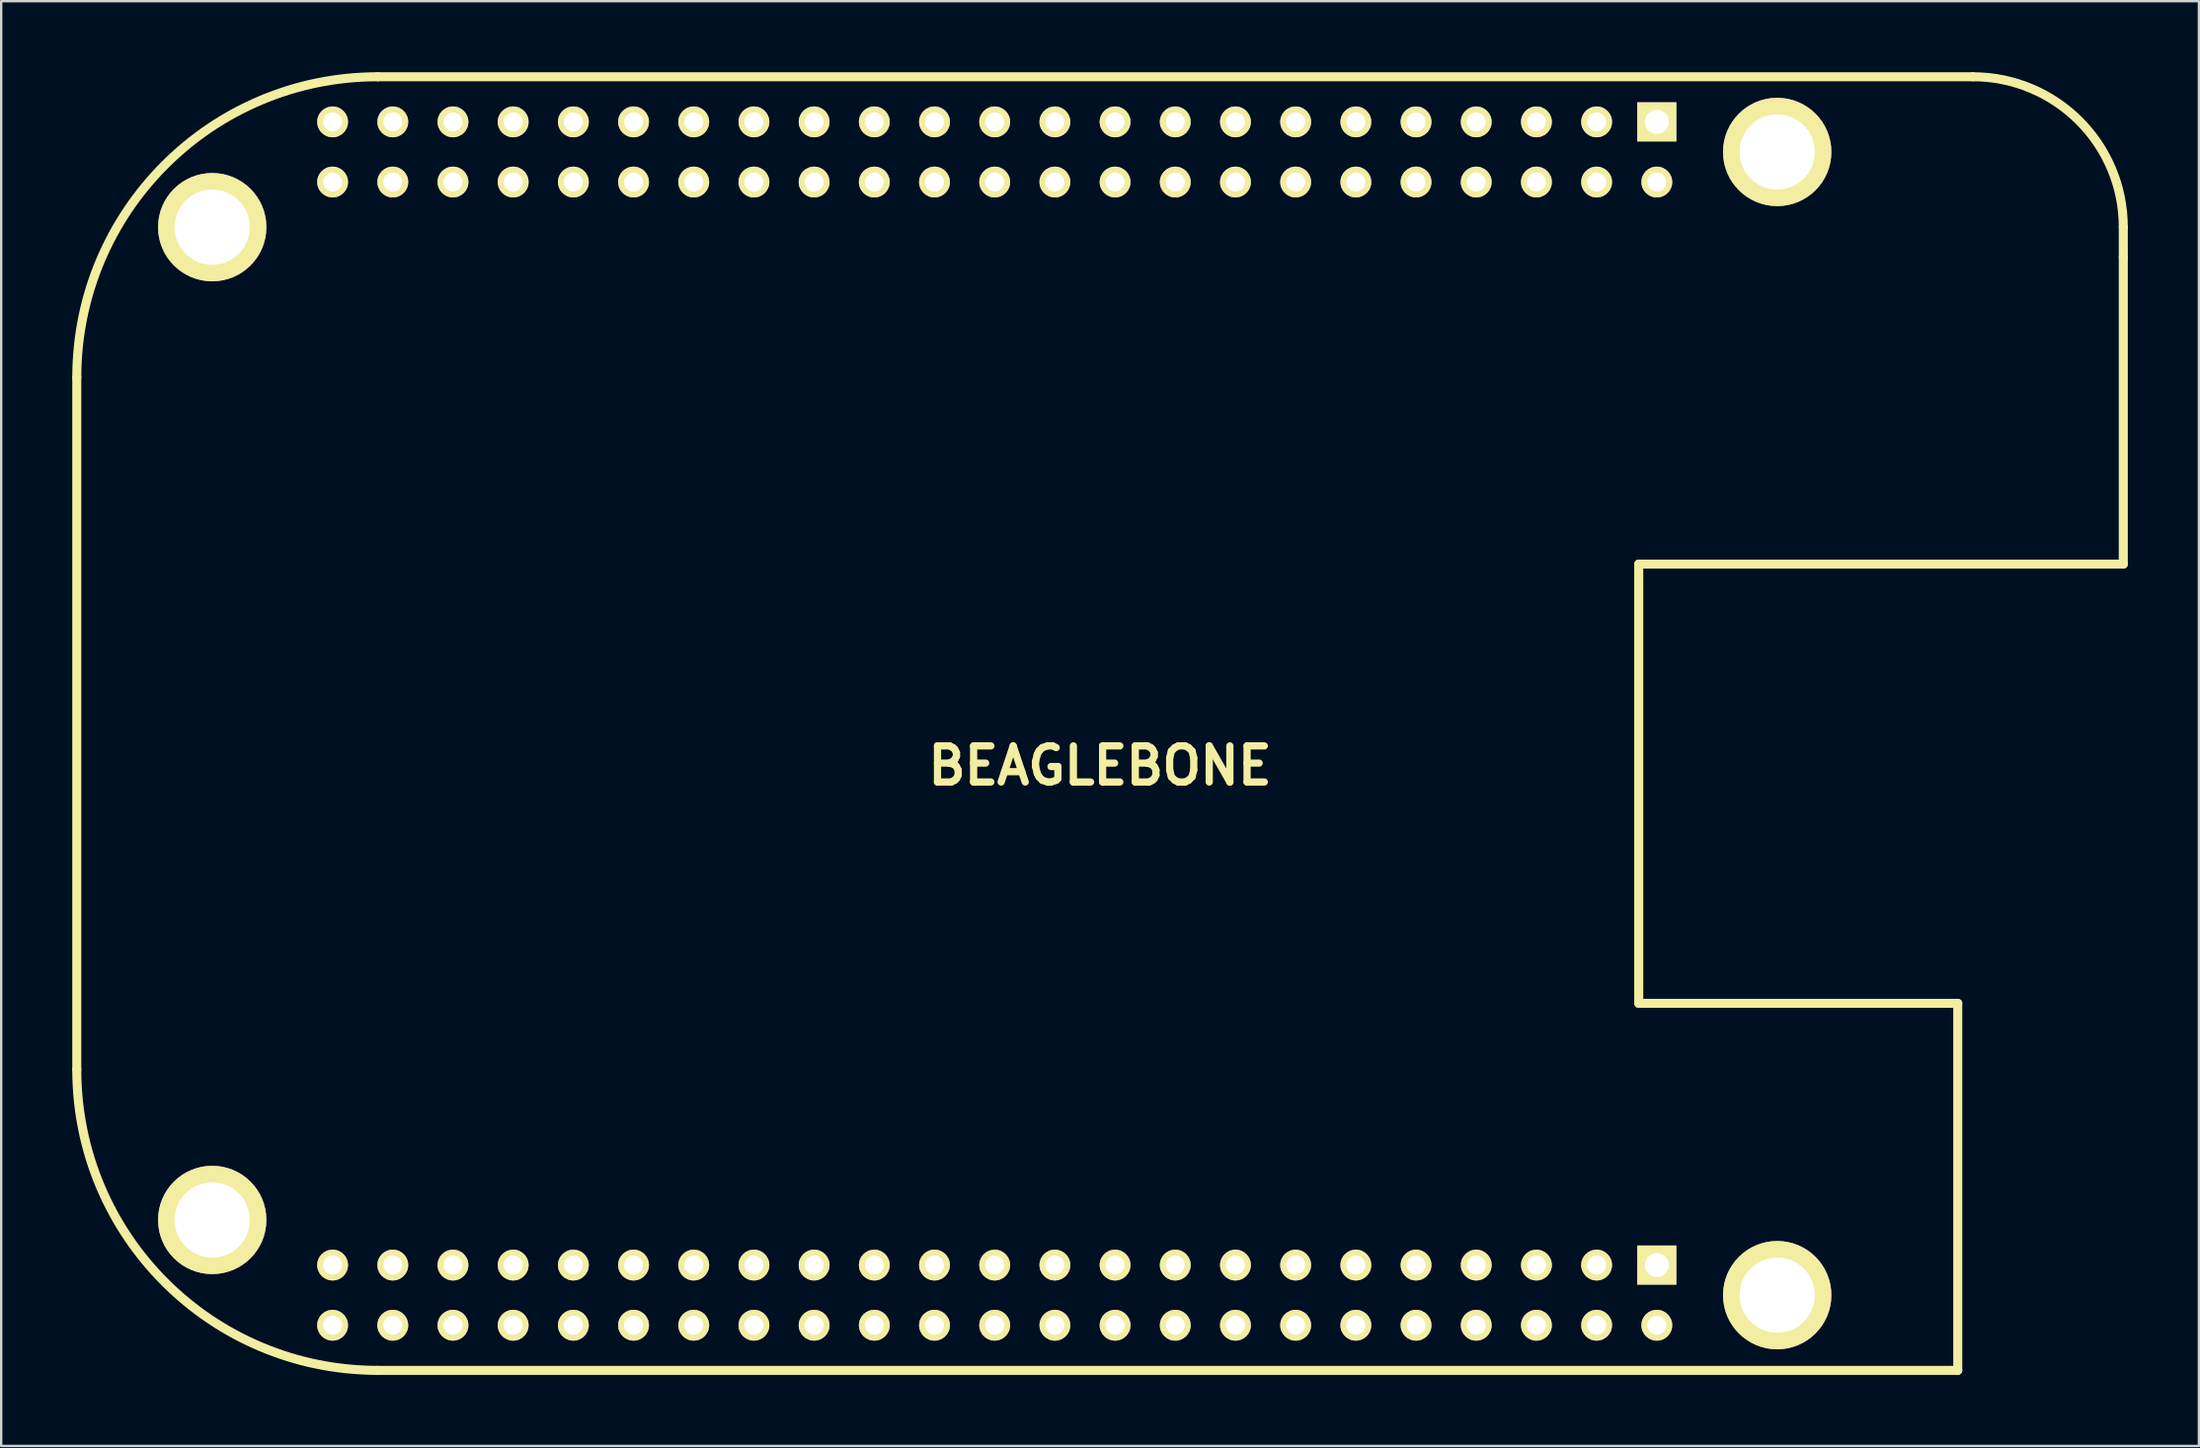
<source format=kicad_pcb>
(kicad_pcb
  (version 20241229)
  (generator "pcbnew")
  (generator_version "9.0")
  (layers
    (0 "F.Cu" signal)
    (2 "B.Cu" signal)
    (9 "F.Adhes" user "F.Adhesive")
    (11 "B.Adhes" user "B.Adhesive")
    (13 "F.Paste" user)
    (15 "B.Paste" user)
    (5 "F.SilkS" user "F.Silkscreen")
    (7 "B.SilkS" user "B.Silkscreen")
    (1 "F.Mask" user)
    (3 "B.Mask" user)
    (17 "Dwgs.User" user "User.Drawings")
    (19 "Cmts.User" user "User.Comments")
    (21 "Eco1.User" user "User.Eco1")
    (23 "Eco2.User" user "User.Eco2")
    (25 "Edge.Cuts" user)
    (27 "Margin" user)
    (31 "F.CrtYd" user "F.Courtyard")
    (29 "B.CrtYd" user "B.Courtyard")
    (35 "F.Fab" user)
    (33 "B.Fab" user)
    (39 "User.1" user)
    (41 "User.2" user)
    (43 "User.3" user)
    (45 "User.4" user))
  (footprint "BEAGLEBONE"
    (layer "F.Cu")
    (at 43.37 27.495)
    (property "Reference" "BEAGLEBONE" (at 0 1.778 0) (layer "F.SilkS") (effects (font (size 1.524 1.524) (thickness 0.305))))
    (attr through_hole)
    (fp_line (start -43.18 -14.605) (end -43.18 14.605) (stroke (width 0.381) (type solid)) (layer "F.SilkS"))
    (fp_line (start -30.48 -27.305) (end 36.83 -27.305) (stroke (width 0.381) (type solid)) (layer "F.SilkS"))
    (fp_line (start -30.48 27.305) (end 36.195 27.305) (stroke (width 0.381) (type solid)) (layer "F.SilkS"))
    (fp_line (start 22.733 -6.731) (end 22.733 11.811) (stroke (width 0.381) (type solid)) (layer "F.SilkS"))
    (fp_line (start 36.195 11.811) (end 22.733 11.811) (stroke (width 0.381) (type solid)) (layer "F.SilkS"))
    (fp_line (start 36.195 27.305) (end 36.195 11.811) (stroke (width 0.381) (type solid)) (layer "F.SilkS"))
    (fp_line (start 43.18 -20.955) (end 43.18 -19.685) (stroke (width 0.381) (type solid)) (layer "F.SilkS"))
    (fp_line (start 43.18 -6.731) (end 22.733 -6.731) (stroke (width 0.381) (type solid)) (layer "F.SilkS"))
    (fp_line (start 43.18 -6.731) (end 43.18 -19.685) (stroke (width 0.381) (type solid)) (layer "F.SilkS"))
    (fp_arc (start -43.18 -14.605) (mid -39.460256 -23.585256) (end -30.48 -27.305) (stroke (width 0.381) (type solid)) (layer "F.SilkS"))
    (fp_arc (start -30.48 27.305) (mid -39.460256 23.585256) (end -43.18 14.605) (stroke (width 0.381) (type solid)) (layer "F.SilkS"))
    (fp_arc (start 36.83 -27.305) (mid 41.320128 -25.445128) (end 43.18 -20.955) (stroke (width 0.381) (type solid)) (layer "F.SilkS"))
    (pad "" smd circle (at 26.035 -10.795) (size 1.3 1.3) (layers "Eco2.User"))
    (pad "" smd circle (at 26.035 -8.255) (size 1.3 1.3) (layers "Eco2.User"))
    (pad "" smd circle (at 28.575 -10.795) (size 1.3 1.3) (layers "Eco2.User"))
    (pad "" smd circle (at 28.575 -8.255) (size 1.3 1.3) (layers "Eco2.User"))
    (pad "" smd circle (at 31.115 -10.795) (size 1.3 1.3) (layers "Eco2.User"))
    (pad "" smd circle (at 31.115 -8.255) (size 1.3 1.3) (layers "Eco2.User"))
    (pad "" smd circle (at 33.655 -10.795) (size 1.3 1.3) (layers "Eco2.User"))
    (pad "" smd circle (at 33.655 -8.255) (size 1.3 1.3) (layers "Eco2.User"))
    (pad "" smd rect (at 36.195 -10.795) (size 1.651 1.651) (layers "Eco2.User"))
    (pad "" smd circle (at 36.195 -8.255) (size 1.3 1.3) (layers "Eco2.User"))
    (pad "B1" thru_hole rect (at 23.495 22.86) (size 1.651 1.651) (drill 1.016) (layers "*.Cu" "*.Mask" "F.SilkS"))
    (pad "B2" thru_hole circle (at 23.495 25.4) (size 1.3 1.3) (drill 0.8) (layers "*.Cu" "*.Mask" "F.SilkS"))
    (pad "B3" thru_hole circle (at 20.955 22.86) (size 1.3 1.3) (drill 0.8) (layers "*.Cu" "*.Mask" "F.SilkS"))
    (pad "B4" thru_hole circle (at 20.955 25.4) (size 1.3 1.3) (drill 0.8) (layers "*.Cu" "*.Mask" "F.SilkS"))
    (pad "B5" thru_hole circle (at 18.415 22.86) (size 1.3 1.3) (drill 0.8) (layers "*.Cu" "*.Mask" "F.SilkS"))
    (pad "B6" thru_hole circle (at 18.415 25.4) (size 1.3 1.3) (drill 0.8) (layers "*.Cu" "*.Mask" "F.SilkS"))
    (pad "B7" thru_hole circle (at 15.875 22.86) (size 1.3 1.3) (drill 0.8) (layers "*.Cu" "*.Mask" "F.SilkS"))
    (pad "B8" thru_hole circle (at 15.875 25.4) (size 1.3 1.3) (drill 0.8) (layers "*.Cu" "*.Mask" "F.SilkS"))
    (pad "B9" thru_hole circle (at 13.335 22.86) (size 1.3 1.3) (drill 0.8) (layers "*.Cu" "*.Mask" "F.SilkS"))
    (pad "B10" thru_hole circle (at 13.335 25.4) (size 1.3 1.3) (drill 0.8) (layers "*.Cu" "*.Mask" "F.SilkS"))
    (pad "B11" thru_hole circle (at 10.795 22.86) (size 1.3 1.3) (drill 0.8) (layers "*.Cu" "*.Mask" "F.SilkS"))
    (pad "B12" thru_hole circle (at 10.795 25.4) (size 1.3 1.3) (drill 0.8) (layers "*.Cu" "*.Mask" "F.SilkS"))
    (pad "B13" thru_hole circle (at 8.255 22.86) (size 1.3 1.3) (drill 0.8) (layers "*.Cu" "*.Mask" "F.SilkS"))
    (pad "B14" thru_hole circle (at 8.255 25.4) (size 1.3 1.3) (drill 0.8) (layers "*.Cu" "*.Mask" "F.SilkS"))
    (pad "B15" thru_hole circle (at 5.715 22.86) (size 1.3 1.3) (drill 0.8) (layers "*.Cu" "*.Mask" "F.SilkS"))
    (pad "B16" thru_hole circle (at 5.715 25.4) (size 1.3 1.3) (drill 0.8) (layers "*.Cu" "*.Mask" "F.SilkS"))
    (pad "B17" thru_hole circle (at 3.175 22.86) (size 1.3 1.3) (drill 0.8) (layers "*.Cu" "*.Mask" "F.SilkS"))
    (pad "B18" thru_hole circle (at 3.175 25.4) (size 1.3 1.3) (drill 0.8) (layers "*.Cu" "*.Mask" "F.SilkS"))
    (pad "B19" thru_hole circle (at 0.635 22.86) (size 1.3 1.3) (drill 0.8) (layers "*.Cu" "*.Mask" "F.SilkS"))
    (pad "B20" thru_hole circle (at 0.635 25.4) (size 1.3 1.3) (drill 0.8) (layers "*.Cu" "*.Mask" "F.SilkS"))
    (pad "B21" thru_hole circle (at -1.905 22.86) (size 1.3 1.3) (drill 0.8) (layers "*.Cu" "*.Mask" "F.SilkS"))
    (pad "B22" thru_hole circle (at -1.905 25.4) (size 1.3 1.3) (drill 0.8) (layers "*.Cu" "*.Mask" "F.SilkS"))
    (pad "B23" thru_hole circle (at -4.445 22.86) (size 1.3 1.3) (drill 0.8) (layers "*.Cu" "*.Mask" "F.SilkS"))
    (pad "B24" thru_hole circle (at -4.445 25.4) (size 1.3 1.3) (drill 0.8) (layers "*.Cu" "*.Mask" "F.SilkS"))
    (pad "B25" thru_hole circle (at -6.985 22.86) (size 1.3 1.3) (drill 0.8) (layers "*.Cu" "*.Mask" "F.SilkS"))
    (pad "B26" thru_hole circle (at -6.985 25.4) (size 1.3 1.3) (drill 0.8) (layers "*.Cu" "*.Mask" "F.SilkS"))
    (pad "B27" thru_hole circle (at -9.525 22.86) (size 1.3 1.3) (drill 0.8) (layers "*.Cu" "*.Mask" "F.SilkS"))
    (pad "B28" thru_hole circle (at -9.525 25.4) (size 1.3 1.3) (drill 0.8) (layers "*.Cu" "*.Mask" "F.SilkS"))
    (pad "B29" thru_hole circle (at -12.065 22.86) (size 1.3 1.3) (drill 0.8) (layers "*.Cu" "*.Mask" "F.SilkS"))
    (pad "B30" thru_hole circle (at -12.065 25.4) (size 1.3 1.3) (drill 0.8) (layers "*.Cu" "*.Mask" "F.SilkS"))
    (pad "B31" thru_hole circle (at -14.605 22.86) (size 1.3 1.3) (drill 0.8) (layers "*.Cu" "*.Mask" "F.SilkS"))
    (pad "B32" thru_hole circle (at -14.605 25.4) (size 1.3 1.3) (drill 0.8) (layers "*.Cu" "*.Mask" "F.SilkS"))
    (pad "B33" thru_hole circle (at -17.145 22.86) (size 1.3 1.3) (drill 0.8) (layers "*.Cu" "*.Mask" "F.SilkS"))
    (pad "B34" thru_hole circle (at -17.145 25.4) (size 1.3 1.3) (drill 0.8) (layers "*.Cu" "*.Mask" "F.SilkS"))
    (pad "B35" thru_hole circle (at -19.685 22.86) (size 1.3 1.3) (drill 0.8) (layers "*.Cu" "*.Mask" "F.SilkS"))
    (pad "B36" thru_hole circle (at -19.685 25.4) (size 1.3 1.3) (drill 0.8) (layers "*.Cu" "*.Mask" "F.SilkS"))
    (pad "B37" thru_hole circle (at -22.225 22.86) (size 1.3 1.3) (drill 0.8) (layers "*.Cu" "*.Mask" "F.SilkS"))
    (pad "B38" thru_hole circle (at -22.225 25.4) (size 1.3 1.3) (drill 0.8) (layers "*.Cu" "*.Mask" "F.SilkS"))
    (pad "B39" thru_hole circle (at -24.765 22.86) (size 1.3 1.3) (drill 0.8) (layers "*.Cu" "*.Mask" "F.SilkS"))
    (pad "B40" thru_hole circle (at -24.765 25.4) (size 1.3 1.3) (drill 0.8) (layers "*.Cu" "*.Mask" "F.SilkS"))
    (pad "B41" thru_hole circle (at -27.305 22.86) (size 1.3 1.3) (drill 0.8) (layers "*.Cu" "*.Mask" "F.SilkS"))
    (pad "B42" thru_hole circle (at -27.305 25.4) (size 1.3 1.3) (drill 0.8) (layers "*.Cu" "*.Mask" "F.SilkS"))
    (pad "B43" thru_hole circle (at -29.845 22.86) (size 1.3 1.3) (drill 0.8) (layers "*.Cu" "*.Mask" "F.SilkS"))
    (pad "B44" thru_hole circle (at -29.845 25.4) (size 1.3 1.3) (drill 0.8) (layers "*.Cu" "*.Mask" "F.SilkS"))
    (pad "B45" thru_hole circle (at -32.385 22.86) (size 1.3 1.3) (drill 0.8) (layers "*.Cu" "*.Mask" "F.SilkS"))
    (pad "B46" thru_hole circle (at -32.385 25.4) (size 1.3 1.3) (drill 0.8) (layers "*.Cu" "*.Mask" "F.SilkS"))
    (pad "C1" thru_hole rect (at 23.495 -25.4) (size 1.651 1.651) (drill 1.016) (layers "*.Cu" "*.Mask" "F.SilkS"))
    (pad "C2" thru_hole circle (at 23.495 -22.86) (size 1.3 1.3) (drill 0.8) (layers "*.Cu" "*.Mask" "F.SilkS"))
    (pad "C3" thru_hole circle (at 20.955 -25.4) (size 1.3 1.3) (drill 0.8) (layers "*.Cu" "*.Mask" "F.SilkS"))
    (pad "C4" thru_hole circle (at 20.955 -22.86) (size 1.3 1.3) (drill 0.8) (layers "*.Cu" "*.Mask" "F.SilkS"))
    (pad "C5" thru_hole circle (at 18.415 -25.4) (size 1.3 1.3) (drill 0.8) (layers "*.Cu" "*.Mask" "F.SilkS"))
    (pad "C6" thru_hole circle (at 18.415 -22.86) (size 1.3 1.3) (drill 0.8) (layers "*.Cu" "*.Mask" "F.SilkS"))
    (pad "C7" thru_hole circle (at 15.875 -25.4) (size 1.3 1.3) (drill 0.8) (layers "*.Cu" "*.Mask" "F.SilkS"))
    (pad "C8" thru_hole circle (at 15.875 -22.86) (size 1.3 1.3) (drill 0.8) (layers "*.Cu" "*.Mask" "F.SilkS"))
    (pad "C9" thru_hole circle (at 13.335 -25.4) (size 1.3 1.3) (drill 0.8) (layers "*.Cu" "*.Mask" "F.SilkS"))
    (pad "C10" thru_hole circle (at 13.335 -22.86) (size 1.3 1.3) (drill 0.8) (layers "*.Cu" "*.Mask" "F.SilkS"))
    (pad "C11" thru_hole circle (at 10.795 -25.4) (size 1.3 1.3) (drill 0.8) (layers "*.Cu" "*.Mask" "F.SilkS"))
    (pad "C12" thru_hole circle (at 10.795 -22.86) (size 1.3 1.3) (drill 0.8) (layers "*.Cu" "*.Mask" "F.SilkS"))
    (pad "C13" thru_hole circle (at 8.255 -25.4) (size 1.3 1.3) (drill 0.8) (layers "*.Cu" "*.Mask" "F.SilkS"))
    (pad "C14" thru_hole circle (at 8.255 -22.86) (size 1.3 1.3) (drill 0.8) (layers "*.Cu" "*.Mask" "F.SilkS"))
    (pad "C15" thru_hole circle (at 5.715 -25.4) (size 1.3 1.3) (drill 0.8) (layers "*.Cu" "*.Mask" "F.SilkS"))
    (pad "C16" thru_hole circle (at 5.715 -22.86) (size 1.3 1.3) (drill 0.8) (layers "*.Cu" "*.Mask" "F.SilkS"))
    (pad "C17" thru_hole circle (at 3.175 -25.4) (size 1.3 1.3) (drill 0.8) (layers "*.Cu" "*.Mask" "F.SilkS"))
    (pad "C18" thru_hole circle (at 3.175 -22.86) (size 1.3 1.3) (drill 0.8) (layers "*.Cu" "*.Mask" "F.SilkS"))
    (pad "C19" thru_hole circle (at 0.635 -25.4) (size 1.3 1.3) (drill 0.8) (layers "*.Cu" "*.Mask" "F.SilkS"))
    (pad "C20" thru_hole circle (at 0.635 -22.86) (size 1.3 1.3) (drill 0.8) (layers "*.Cu" "*.Mask" "F.SilkS"))
    (pad "C21" thru_hole circle (at -1.905 -25.4) (size 1.3 1.3) (drill 0.8) (layers "*.Cu" "*.Mask" "F.SilkS"))
    (pad "C22" thru_hole circle (at -1.905 -22.86) (size 1.3 1.3) (drill 0.8) (layers "*.Cu" "*.Mask" "F.SilkS"))
    (pad "C23" thru_hole circle (at -4.445 -25.4) (size 1.3 1.3) (drill 0.8) (layers "*.Cu" "*.Mask" "F.SilkS"))
    (pad "C24" thru_hole circle (at -4.445 -22.86) (size 1.3 1.3) (drill 0.8) (layers "*.Cu" "*.Mask" "F.SilkS"))
    (pad "C25" thru_hole circle (at -6.985 -25.4) (size 1.3 1.3) (drill 0.8) (layers "*.Cu" "*.Mask" "F.SilkS"))
    (pad "C26" thru_hole circle (at -6.985 -22.86) (size 1.3 1.3) (drill 0.8) (layers "*.Cu" "*.Mask" "F.SilkS"))
    (pad "C27" thru_hole circle (at -9.525 -25.4) (size 1.3 1.3) (drill 0.8) (layers "*.Cu" "*.Mask" "F.SilkS"))
    (pad "C28" thru_hole circle (at -9.525 -22.86) (size 1.3 1.3) (drill 0.8) (layers "*.Cu" "*.Mask" "F.SilkS"))
    (pad "C29" thru_hole circle (at -12.065 -25.4) (size 1.3 1.3) (drill 0.8) (layers "*.Cu" "*.Mask" "F.SilkS"))
    (pad "C30" thru_hole circle (at -12.065 -22.86) (size 1.3 1.3) (drill 0.8) (layers "*.Cu" "*.Mask" "F.SilkS"))
    (pad "C31" thru_hole circle (at -14.605 -25.4) (size 1.3 1.3) (drill 0.8) (layers "*.Cu" "*.Mask" "F.SilkS"))
    (pad "C32" thru_hole circle (at -14.605 -22.86) (size 1.3 1.3) (drill 0.8) (layers "*.Cu" "*.Mask" "F.SilkS"))
    (pad "C33" thru_hole circle (at -17.145 -25.4) (size 1.3 1.3) (drill 0.8) (layers "*.Cu" "*.Mask" "F.SilkS"))
    (pad "C34" thru_hole circle (at -17.145 -22.86) (size 1.3 1.3) (drill 0.8) (layers "*.Cu" "*.Mask" "F.SilkS"))
    (pad "C35" thru_hole circle (at -19.685 -25.4) (size 1.3 1.3) (drill 0.8) (layers "*.Cu" "*.Mask" "F.SilkS"))
    (pad "C36" thru_hole circle (at -19.685 -22.86) (size 1.3 1.3) (drill 0.8) (layers "*.Cu" "*.Mask" "F.SilkS"))
    (pad "C37" thru_hole circle (at -22.225 -25.4) (size 1.3 1.3) (drill 0.8) (layers "*.Cu" "*.Mask" "F.SilkS"))
    (pad "C38" thru_hole circle (at -22.225 -22.86) (size 1.3 1.3) (drill 0.8) (layers "*.Cu" "*.Mask" "F.SilkS"))
    (pad "C39" thru_hole circle (at -24.765 -25.4) (size 1.3 1.3) (drill 0.8) (layers "*.Cu" "*.Mask" "F.SilkS"))
    (pad "C40" thru_hole circle (at -24.765 -22.86) (size 1.3 1.3) (drill 0.8) (layers "*.Cu" "*.Mask" "F.SilkS"))
    (pad "C41" thru_hole circle (at -27.305 -25.4) (size 1.3 1.3) (drill 0.8) (layers "*.Cu" "*.Mask" "F.SilkS"))
    (pad "C42" thru_hole circle (at -27.305 -22.86) (size 1.3 1.3) (drill 0.8) (layers "*.Cu" "*.Mask" "F.SilkS"))
    (pad "C43" thru_hole circle (at -29.845 -25.4) (size 1.3 1.3) (drill 0.8) (layers "*.Cu" "*.Mask" "F.SilkS"))
    (pad "C44" thru_hole circle (at -29.845 -22.86) (size 1.3 1.3) (drill 0.8) (layers "*.Cu" "*.Mask" "F.SilkS"))
    (pad "C45" thru_hole circle (at -32.385 -25.4) (size 1.3 1.3) (drill 0.8) (layers "*.Cu" "*.Mask" "F.SilkS"))
    (pad "C46" thru_hole circle (at -32.385 -22.86) (size 1.3 1.3) (drill 0.8) (layers "*.Cu" "*.Mask" "F.SilkS"))
    (pad "M1" thru_hole circle (at -37.465 -20.955) (size 4.572 4.572) (drill 3.175) (layers "*.Cu" "*.Mask" "F.SilkS"))
    (pad "M2" thru_hole circle (at 28.575 -24.13) (size 4.572 4.572) (drill 3.175) (layers "*.Cu" "*.Mask" "F.SilkS"))
    (pad "M3" thru_hole circle (at 28.575 24.13) (size 4.572 4.572) (drill 3.175) (layers "*.Cu" "*.Mask" "F.SilkS"))
    (pad "M4" thru_hole circle (at -37.465 20.955) (size 4.572 4.572) (drill 3.175) (layers "*.Cu" "*.Mask" "F.SilkS")))
  (gr_rect
    (start -3 -3)
    (end 89.741 57.991)
    (stroke (width 0.1) (type default))
    (fill no)
    (layer "Edge.Cuts")))
</source>
